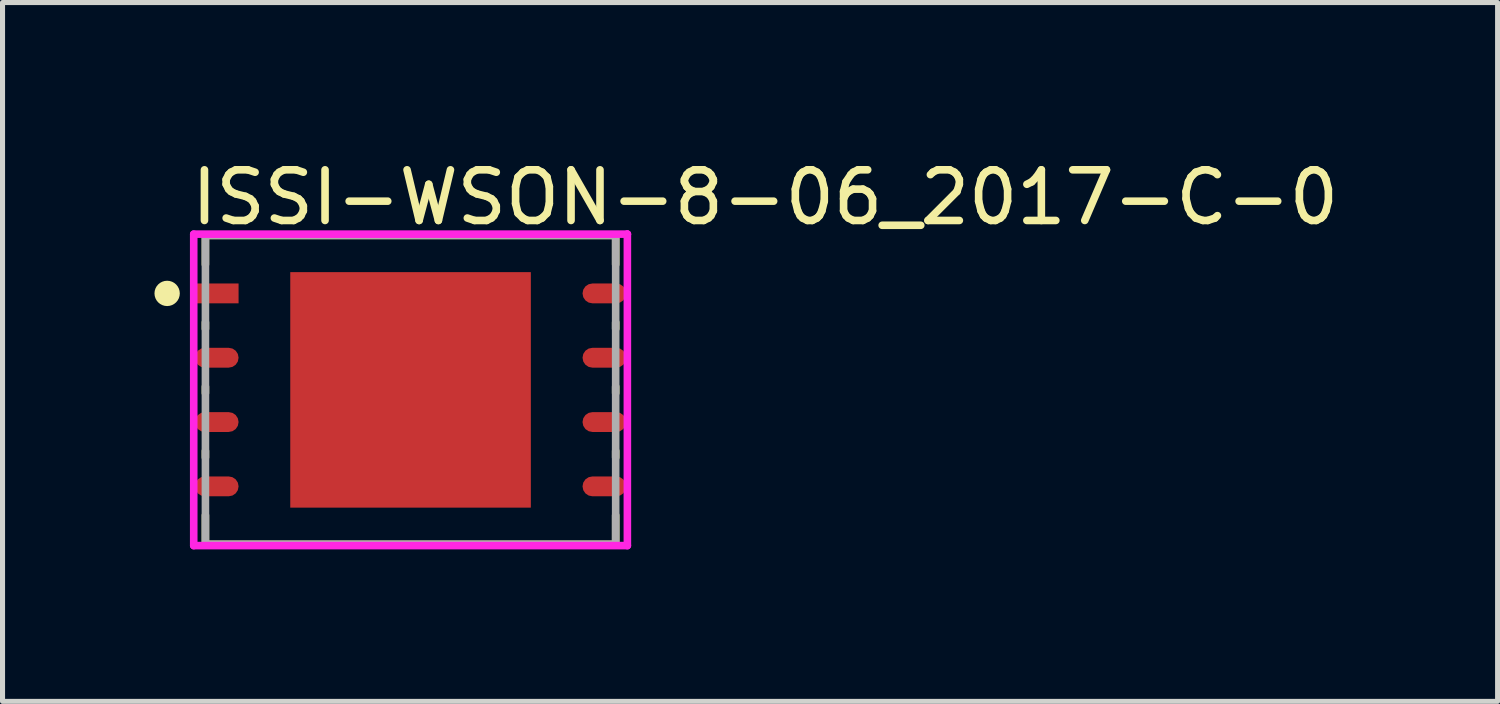
<source format=kicad_pcb>
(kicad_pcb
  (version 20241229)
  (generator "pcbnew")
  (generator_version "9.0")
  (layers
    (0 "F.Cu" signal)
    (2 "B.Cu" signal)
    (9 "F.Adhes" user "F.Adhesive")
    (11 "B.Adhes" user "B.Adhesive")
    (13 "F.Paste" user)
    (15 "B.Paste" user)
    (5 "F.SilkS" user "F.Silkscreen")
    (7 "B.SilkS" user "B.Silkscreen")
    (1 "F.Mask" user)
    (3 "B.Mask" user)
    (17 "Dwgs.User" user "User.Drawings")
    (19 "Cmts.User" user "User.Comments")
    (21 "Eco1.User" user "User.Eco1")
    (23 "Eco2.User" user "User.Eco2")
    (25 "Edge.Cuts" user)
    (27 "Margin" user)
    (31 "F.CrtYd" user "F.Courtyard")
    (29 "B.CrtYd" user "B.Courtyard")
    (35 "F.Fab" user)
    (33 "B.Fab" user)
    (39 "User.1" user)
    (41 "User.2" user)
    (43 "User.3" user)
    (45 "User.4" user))
  (footprint "ISSI-WSON-8-06_2017-C-0"
    (layer "F.Cu")
    (at 5.056 4.648)
    (property "Reference" "ISSI-WSON-8-06_2017-C-0" (at -4.406 -3.8 0) (layer "F.SilkS") (effects (font (size 1 1) (thickness 0.15)) (justify left)))
    (attr through_hole)
    (fp_line (start -4.05 -3.05) (end 4.05 -3.05) (stroke (width 0.15) (type solid)) (layer "F.SilkS"))
    (fp_line (start -4.05 -2.476) (end -4.05 -3.05) (stroke (width 0.15) (type solid)) (layer "F.SilkS"))
    (fp_line (start -4.05 -1.206) (end -4.05 -1.334) (stroke (width 0.15) (type solid)) (layer "F.SilkS"))
    (fp_line (start -4.05 0.064) (end -4.05 -0.064) (stroke (width 0.15) (type solid)) (layer "F.SilkS"))
    (fp_line (start -4.05 1.334) (end -4.05 1.206) (stroke (width 0.15) (type solid)) (layer "F.SilkS"))
    (fp_line (start -4.05 3.05) (end -4.05 2.476) (stroke (width 0.15) (type solid)) (layer "F.SilkS"))
    (fp_line (start -4.05 3.05) (end 4.05 3.05) (stroke (width 0.15) (type solid)) (layer "F.SilkS"))
    (fp_line (start 4.05 -2.476) (end 4.05 -3.05) (stroke (width 0.15) (type solid)) (layer "F.SilkS"))
    (fp_line (start 4.05 -1.206) (end 4.05 -1.334) (stroke (width 0.15) (type solid)) (layer "F.SilkS"))
    (fp_line (start 4.05 0.064) (end 4.05 -0.064) (stroke (width 0.15) (type solid)) (layer "F.SilkS"))
    (fp_line (start 4.05 1.334) (end 4.05 1.206) (stroke (width 0.15) (type solid)) (layer "F.SilkS"))
    (fp_line (start 4.05 3.05) (end 4.05 2.476) (stroke (width 0.15) (type solid)) (layer "F.SilkS"))
    (fp_circle (center -4.806 -1.905) (end -4.681 -1.905) (stroke (width 0.25) (type solid)) (fill no) (layer "F.SilkS"))
    (fp_poly (pts (xy -1.799 -1.749) (xy -0.288 -1.749) (xy -0.288 -0.288) (xy -1.799 -0.288)) (stroke (width 0) (type solid)) (fill yes) (layer "F.Paste"))
    (fp_poly (pts (xy -1.799 0.288) (xy -0.288 0.288) (xy -0.288 1.749) (xy -1.799 1.749)) (stroke (width 0) (type solid)) (fill yes) (layer "F.Paste"))
    (fp_poly (pts (xy 0.288 -1.749) (xy 1.799 -1.749) (xy 1.799 -0.288) (xy 0.288 -0.288)) (stroke (width 0) (type solid)) (fill yes) (layer "F.Paste"))
    (fp_poly (pts (xy 0.288 0.288) (xy 1.799 0.288) (xy 1.799 1.749) (xy 0.288 1.749)) (stroke (width 0) (type solid)) (fill yes) (layer "F.Paste"))
    (fp_line (start -4.281 -3.075) (end -4.281 3.075) (stroke (width 0.15) (type solid)) (layer "F.CrtYd"))
    (fp_line (start -4.281 3.075) (end 4.281 3.075) (stroke (width 0.15) (type solid)) (layer "F.CrtYd"))
    (fp_line (start 4.281 -3.075) (end -4.281 -3.075) (stroke (width 0.15) (type solid)) (layer "F.CrtYd"))
    (fp_line (start 4.281 -3.075) (end 4.281 -3.075) (stroke (width 0.15) (type solid)) (layer "F.CrtYd"))
    (fp_line (start 4.281 3.075) (end 4.281 -3.075) (stroke (width 0.15) (type solid)) (layer "F.CrtYd"))
    (fp_line (start -4.05 -3.05) (end 4.05 -3.05) (stroke (width 0.15) (type solid)) (layer "F.Fab"))
    (fp_line (start -4.05 3.05) (end -4.05 -3.05) (stroke (width 0.15) (type solid)) (layer "F.Fab"))
    (fp_line (start 4.05 -3.05) (end 4.05 3.05) (stroke (width 0.15) (type solid)) (layer "F.Fab"))
    (fp_line (start 4.05 3.05) (end -4.05 3.05) (stroke (width 0.15) (type solid)) (layer "F.Fab"))
    (pad "1" smd rect (at -3.826 -1.905) (size 0.861 0.392) (layers "F.Cu" "F.Mask" "F.Paste"))
    (pad "2" smd roundrect (at -3.826 -0.635) (size 0.861 0.392) (layers "F.Cu" "F.Mask" "F.Paste") (roundrect_rratio 0.5))
    (pad "3" smd roundrect (at -3.826 0.635) (size 0.861 0.392) (layers "F.Cu" "F.Mask" "F.Paste") (roundrect_rratio 0.5))
    (pad "4" smd roundrect (at -3.826 1.905) (size 0.861 0.392) (layers "F.Cu" "F.Mask" "F.Paste") (roundrect_rratio 0.5))
    (pad "5" smd roundrect (at 3.826 1.905) (size 0.861 0.392) (layers "F.Cu" "F.Mask" "F.Paste") (roundrect_rratio 0.5))
    (pad "6" smd roundrect (at 3.826 0.635) (size 0.861 0.392) (layers "F.Cu" "F.Mask" "F.Paste") (roundrect_rratio 0.5))
    (pad "7" smd roundrect (at 3.826 -0.635) (size 0.861 0.392) (layers "F.Cu" "F.Mask" "F.Paste") (roundrect_rratio 0.5))
    (pad "8" smd roundrect (at 3.826 -1.905) (size 0.861 0.392) (layers "F.Cu" "F.Mask" "F.Paste") (roundrect_rratio 0.5))
    (pad "9" smd rect (at 0 0) (size 4.75 4.65) (layers "F.Cu" "F.Mask")))
  (gr_rect
    (start -3 -3)
    (end 26.519 10.798)
    (stroke (width 0.1) (type default))
    (fill no)
    (layer "Edge.Cuts")))
</source>
